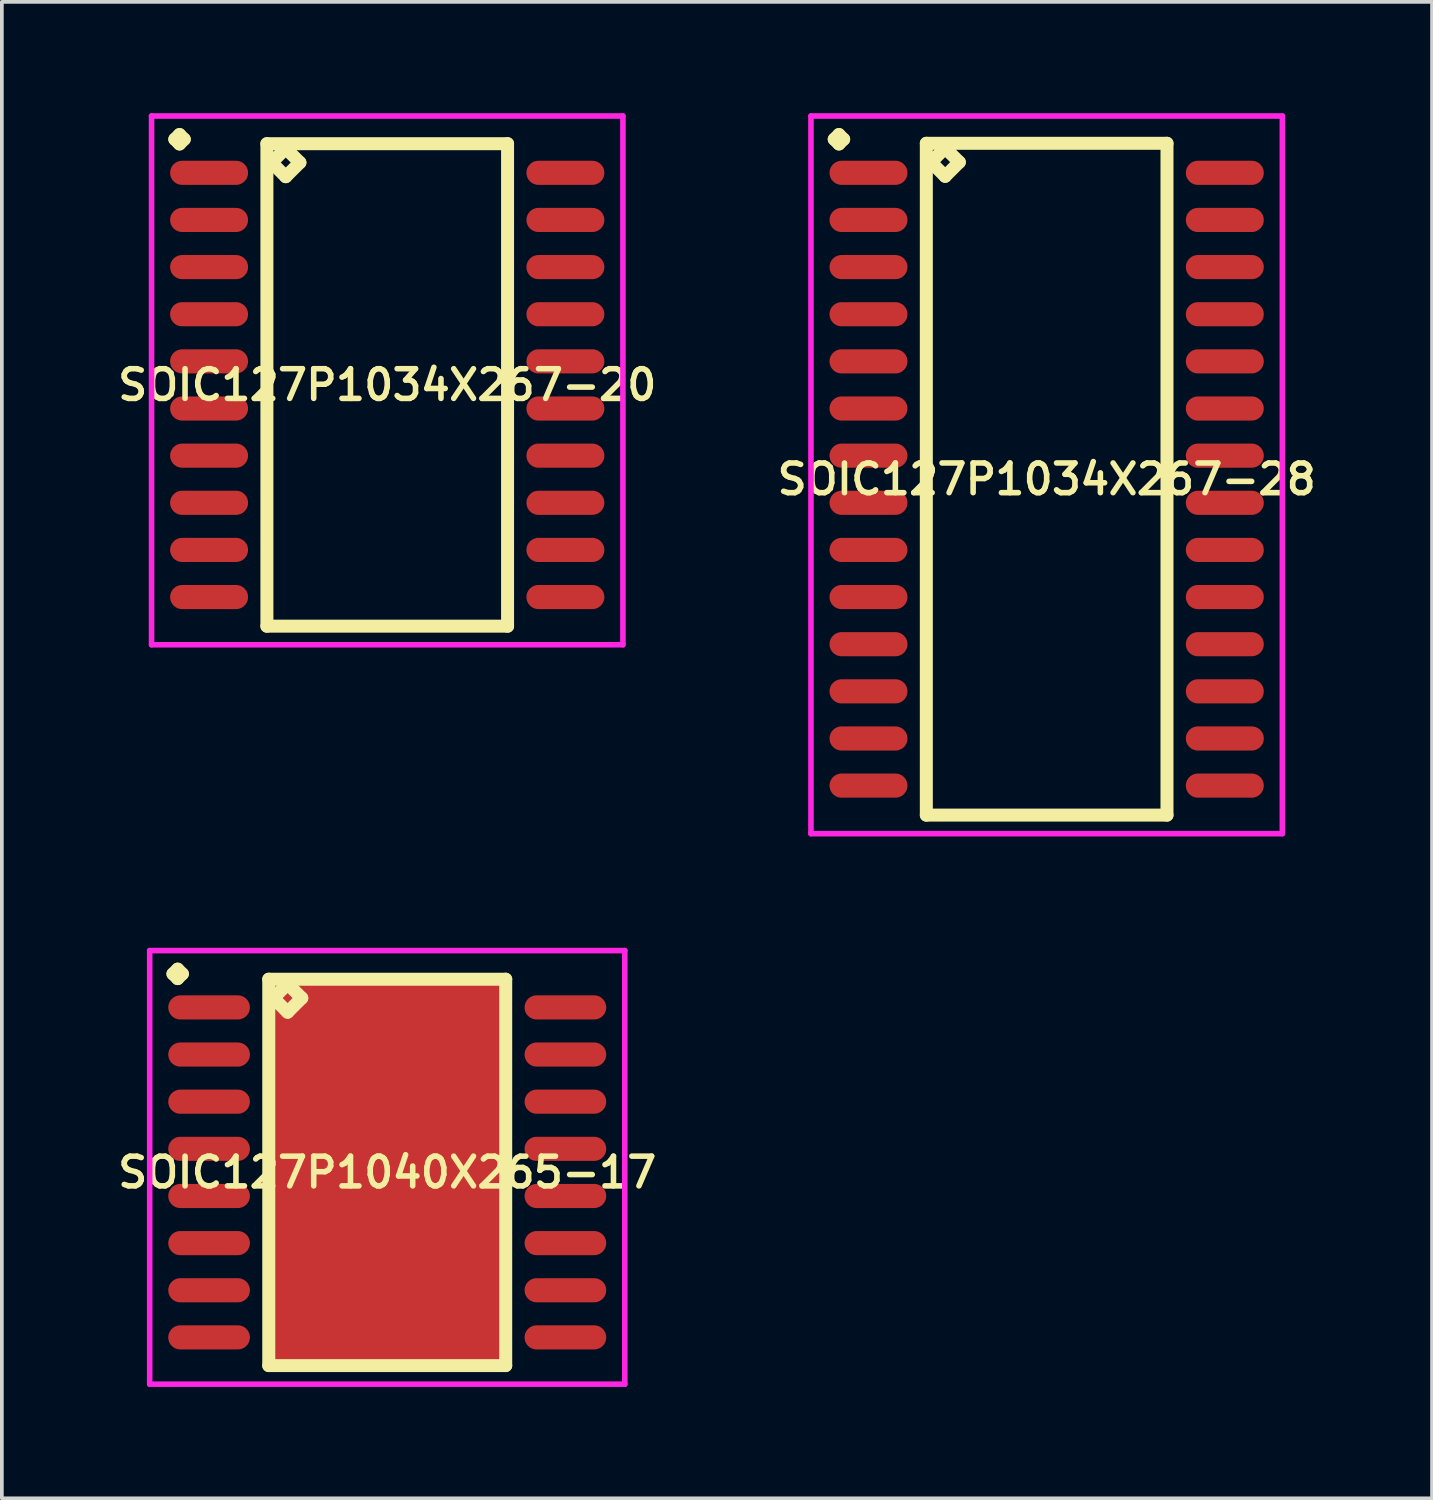
<source format=kicad_pcb>
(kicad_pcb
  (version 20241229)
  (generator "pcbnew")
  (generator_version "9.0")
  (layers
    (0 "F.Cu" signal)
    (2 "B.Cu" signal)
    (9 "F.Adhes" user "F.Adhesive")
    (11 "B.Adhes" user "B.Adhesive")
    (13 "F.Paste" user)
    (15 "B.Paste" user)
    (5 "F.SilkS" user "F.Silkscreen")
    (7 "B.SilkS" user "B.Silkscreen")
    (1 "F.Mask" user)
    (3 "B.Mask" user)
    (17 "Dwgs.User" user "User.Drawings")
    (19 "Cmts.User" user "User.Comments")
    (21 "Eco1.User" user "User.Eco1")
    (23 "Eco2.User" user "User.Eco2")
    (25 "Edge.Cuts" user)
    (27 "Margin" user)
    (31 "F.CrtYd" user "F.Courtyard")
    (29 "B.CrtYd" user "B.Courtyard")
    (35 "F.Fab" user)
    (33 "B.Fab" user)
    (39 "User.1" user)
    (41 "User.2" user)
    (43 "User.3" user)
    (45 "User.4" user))
  (footprint "SOIC127P1034X267-28"
    (layer "F.Cu")
    (at 25.149 9.861)
    (property "Reference" "SOIC127P1034X267-28" (at 0 0 0) (layer "F.SilkS") (effects (font (size 0.8 0.8) (thickness 0.15))))
    (attr smd)
    (fp_line (start -5.723 -9.159) (end -5.596 -9.286) (stroke (width 0.35) (type solid)) (layer "F.SilkS"))
    (fp_line (start -5.596 -9.286) (end -5.469 -9.159) (stroke (width 0.35) (type solid)) (layer "F.SilkS"))
    (fp_line (start -5.596 -9.032) (end -5.723 -9.159) (stroke (width 0.35) (type solid)) (layer "F.SilkS"))
    (fp_line (start -5.469 -9.159) (end -5.596 -9.032) (stroke (width 0.35) (type solid)) (layer "F.SilkS"))
    (fp_line (start -3.242 -9.05) (end -3.242 9.05) (stroke (width 0.35) (type solid)) (layer "F.SilkS"))
    (fp_line (start -3.242 9.05) (end 3.242 9.05) (stroke (width 0.35) (type solid)) (layer "F.SilkS"))
    (fp_line (start -3.115 -8.542) (end -2.734 -8.923) (stroke (width 0.35) (type solid)) (layer "F.SilkS"))
    (fp_line (start -2.734 -8.923) (end -2.353 -8.542) (stroke (width 0.35) (type solid)) (layer "F.SilkS"))
    (fp_line (start -2.734 -8.161) (end -3.115 -8.542) (stroke (width 0.35) (type solid)) (layer "F.SilkS"))
    (fp_line (start -2.353 -8.542) (end -2.734 -8.161) (stroke (width 0.35) (type solid)) (layer "F.SilkS"))
    (fp_line (start 3.242 -9.05) (end -3.242 -9.05) (stroke (width 0.35) (type solid)) (layer "F.SilkS"))
    (fp_line (start 3.242 9.05) (end 3.242 -9.05) (stroke (width 0.35) (type solid)) (layer "F.SilkS"))
    (fp_line (start -6.35 -9.786) (end 6.35 -9.786) (stroke (width 0.15) (type solid)) (layer "F.CrtYd"))
    (fp_line (start -6.35 9.55) (end -6.35 -9.786) (stroke (width 0.15) (type solid)) (layer "F.CrtYd"))
    (fp_line (start 6.35 -9.786) (end 6.35 9.55) (stroke (width 0.15) (type solid)) (layer "F.CrtYd"))
    (fp_line (start 6.35 9.55) (end -6.35 9.55) (stroke (width 0.15) (type solid)) (layer "F.CrtYd"))
    (pad "1" smd oval (at -4.8 -8.255) (size 2.1 0.65) (layers "F.Cu" "F.Mask" "F.Paste"))
    (pad "2" smd oval (at -4.8 -6.985) (size 2.1 0.65) (layers "F.Cu" "F.Mask" "F.Paste"))
    (pad "3" smd oval (at -4.8 -5.715) (size 2.1 0.65) (layers "F.Cu" "F.Mask" "F.Paste"))
    (pad "4" smd oval (at -4.8 -4.445) (size 2.1 0.65) (layers "F.Cu" "F.Mask" "F.Paste"))
    (pad "5" smd oval (at -4.8 -3.175) (size 2.1 0.65) (layers "F.Cu" "F.Mask" "F.Paste"))
    (pad "6" smd oval (at -4.8 -1.905) (size 2.1 0.65) (layers "F.Cu" "F.Mask" "F.Paste"))
    (pad "7" smd oval (at -4.8 -0.635) (size 2.1 0.65) (layers "F.Cu" "F.Mask" "F.Paste"))
    (pad "8" smd oval (at -4.8 0.635) (size 2.1 0.65) (layers "F.Cu" "F.Mask" "F.Paste"))
    (pad "9" smd oval (at -4.8 1.905) (size 2.1 0.65) (layers "F.Cu" "F.Mask" "F.Paste"))
    (pad "10" smd oval (at -4.8 3.175) (size 2.1 0.65) (layers "F.Cu" "F.Mask" "F.Paste"))
    (pad "11" smd oval (at -4.8 4.445) (size 2.1 0.65) (layers "F.Cu" "F.Mask" "F.Paste"))
    (pad "12" smd oval (at -4.8 5.715) (size 2.1 0.65) (layers "F.Cu" "F.Mask" "F.Paste"))
    (pad "13" smd oval (at -4.8 6.985) (size 2.1 0.65) (layers "F.Cu" "F.Mask" "F.Paste"))
    (pad "14" smd oval (at -4.8 8.255) (size 2.1 0.65) (layers "F.Cu" "F.Mask" "F.Paste"))
    (pad "15" smd oval (at 4.8 8.255) (size 2.1 0.65) (layers "F.Cu" "F.Mask" "F.Paste"))
    (pad "16" smd oval (at 4.8 6.985) (size 2.1 0.65) (layers "F.Cu" "F.Mask" "F.Paste"))
    (pad "17" smd oval (at 4.8 5.715) (size 2.1 0.65) (layers "F.Cu" "F.Mask" "F.Paste"))
    (pad "18" smd oval (at 4.8 4.445) (size 2.1 0.65) (layers "F.Cu" "F.Mask" "F.Paste"))
    (pad "19" smd oval (at 4.8 3.175) (size 2.1 0.65) (layers "F.Cu" "F.Mask" "F.Paste"))
    (pad "20" smd oval (at 4.8 1.905) (size 2.1 0.65) (layers "F.Cu" "F.Mask" "F.Paste"))
    (pad "21" smd oval (at 4.8 0.635) (size 2.1 0.65) (layers "F.Cu" "F.Mask" "F.Paste"))
    (pad "22" smd oval (at 4.8 -0.635) (size 2.1 0.65) (layers "F.Cu" "F.Mask" "F.Paste"))
    (pad "23" smd oval (at 4.8 -1.905) (size 2.1 0.65) (layers "F.Cu" "F.Mask" "F.Paste"))
    (pad "24" smd oval (at 4.8 -3.175) (size 2.1 0.65) (layers "F.Cu" "F.Mask" "F.Paste"))
    (pad "25" smd oval (at 4.8 -4.445) (size 2.1 0.65) (layers "F.Cu" "F.Mask" "F.Paste"))
    (pad "26" smd oval (at 4.8 -5.715) (size 2.1 0.65) (layers "F.Cu" "F.Mask" "F.Paste"))
    (pad "27" smd oval (at 4.8 -6.985) (size 2.1 0.65) (layers "F.Cu" "F.Mask" "F.Paste"))
    (pad "28" smd oval (at 4.8 -8.255) (size 2.1 0.65) (layers "F.Cu" "F.Mask" "F.Paste")))
  (footprint "SOIC127P1040X265-17"
    (layer "F.Cu")
    (at 7.383 28.537)
    (property "Reference" "SOIC127P1040X265-17" (at 0 0 0) (layer "F.SilkS") (effects (font (size 0.8 0.8) (thickness 0.15))))
    (attr smd)
    (fp_line (start -5.773 -5.349) (end -5.646 -5.476) (stroke (width 0.35) (type solid)) (layer "F.SilkS"))
    (fp_line (start -5.646 -5.476) (end -5.519 -5.349) (stroke (width 0.35) (type solid)) (layer "F.SilkS"))
    (fp_line (start -5.646 -5.222) (end -5.773 -5.349) (stroke (width 0.35) (type solid)) (layer "F.SilkS"))
    (fp_line (start -5.519 -5.349) (end -5.646 -5.222) (stroke (width 0.35) (type solid)) (layer "F.SilkS"))
    (fp_line (start -3.192 -5.205) (end -3.192 5.205) (stroke (width 0.35) (type solid)) (layer "F.SilkS"))
    (fp_line (start -3.192 5.205) (end 3.192 5.205) (stroke (width 0.35) (type solid)) (layer "F.SilkS"))
    (fp_line (start -3.065 -4.697) (end -2.684 -5.078) (stroke (width 0.35) (type solid)) (layer "F.SilkS"))
    (fp_line (start -2.684 -5.078) (end -2.303 -4.697) (stroke (width 0.35) (type solid)) (layer "F.SilkS"))
    (fp_line (start -2.684 -4.316) (end -3.065 -4.697) (stroke (width 0.35) (type solid)) (layer "F.SilkS"))
    (fp_line (start -2.303 -4.697) (end -2.684 -4.316) (stroke (width 0.35) (type solid)) (layer "F.SilkS"))
    (fp_line (start 3.192 -5.205) (end -3.192 -5.205) (stroke (width 0.35) (type solid)) (layer "F.SilkS"))
    (fp_line (start 3.192 5.205) (end 3.192 -5.205) (stroke (width 0.35) (type solid)) (layer "F.SilkS"))
    (fp_line (start -6.4 -5.976) (end 6.4 -5.976) (stroke (width 0.15) (type solid)) (layer "F.CrtYd"))
    (fp_line (start -6.4 5.705) (end -6.4 -5.976) (stroke (width 0.15) (type solid)) (layer "F.CrtYd"))
    (fp_line (start 6.4 -5.976) (end 6.4 5.705) (stroke (width 0.15) (type solid)) (layer "F.CrtYd"))
    (fp_line (start 6.4 5.705) (end -6.4 5.705) (stroke (width 0.15) (type solid)) (layer "F.CrtYd"))
    (pad "1" smd oval (at -4.8 -4.445) (size 2.2 0.65) (layers "F.Cu" "F.Mask" "F.Paste"))
    (pad "2" smd oval (at -4.8 -3.175) (size 2.2 0.65) (layers "F.Cu" "F.Mask" "F.Paste"))
    (pad "3" smd oval (at -4.8 -1.905) (size 2.2 0.65) (layers "F.Cu" "F.Mask" "F.Paste"))
    (pad "4" smd oval (at -4.8 -0.635) (size 2.2 0.65) (layers "F.Cu" "F.Mask" "F.Paste"))
    (pad "5" smd oval (at -4.8 0.635) (size 2.2 0.65) (layers "F.Cu" "F.Mask" "F.Paste"))
    (pad "6" smd oval (at -4.8 1.905) (size 2.2 0.65) (layers "F.Cu" "F.Mask" "F.Paste"))
    (pad "7" smd oval (at -4.8 3.175) (size 2.2 0.65) (layers "F.Cu" "F.Mask" "F.Paste"))
    (pad "8" smd oval (at -4.8 4.445) (size 2.2 0.65) (layers "F.Cu" "F.Mask" "F.Paste"))
    (pad "9" smd oval (at 4.8 4.445) (size 2.2 0.65) (layers "F.Cu" "F.Mask" "F.Paste"))
    (pad "10" smd oval (at 4.8 3.175) (size 2.2 0.65) (layers "F.Cu" "F.Mask" "F.Paste"))
    (pad "11" smd oval (at 4.8 1.905) (size 2.2 0.65) (layers "F.Cu" "F.Mask" "F.Paste"))
    (pad "12" smd oval (at 4.8 0.635) (size 2.2 0.65) (layers "F.Cu" "F.Mask" "F.Paste"))
    (pad "13" smd oval (at 4.8 -0.635) (size 2.2 0.65) (layers "F.Cu" "F.Mask" "F.Paste"))
    (pad "14" smd oval (at 4.8 -1.905) (size 2.2 0.65) (layers "F.Cu" "F.Mask" "F.Paste"))
    (pad "15" smd oval (at 4.8 -3.175) (size 2.2 0.65) (layers "F.Cu" "F.Mask" "F.Paste"))
    (pad "16" smd oval (at 4.8 -4.445) (size 2.2 0.65) (layers "F.Cu" "F.Mask" "F.Paste"))
    (pad "17" smd rect (at 0 0) (size 6.2 10.4) (layers "F.Cu" "F.Mask" "F.Paste")))
  (footprint "SOIC127P1034X267-20"
    (layer "F.Cu")
    (at 7.383 7.321)
    (property "Reference" "SOIC127P1034X267-20" (at 0 0 0) (layer "F.SilkS") (effects (font (size 0.8 0.8) (thickness 0.15))))
    (attr smd)
    (fp_line (start -5.723 -6.619) (end -5.596 -6.746) (stroke (width 0.35) (type solid)) (layer "F.SilkS"))
    (fp_line (start -5.596 -6.746) (end -5.469 -6.619) (stroke (width 0.35) (type solid)) (layer "F.SilkS"))
    (fp_line (start -5.596 -6.492) (end -5.723 -6.619) (stroke (width 0.35) (type solid)) (layer "F.SilkS"))
    (fp_line (start -5.469 -6.619) (end -5.596 -6.492) (stroke (width 0.35) (type solid)) (layer "F.SilkS"))
    (fp_line (start -3.242 -6.5) (end -3.242 6.5) (stroke (width 0.35) (type solid)) (layer "F.SilkS"))
    (fp_line (start -3.242 6.5) (end 3.242 6.5) (stroke (width 0.35) (type solid)) (layer "F.SilkS"))
    (fp_line (start -3.115 -5.992) (end -2.734 -6.373) (stroke (width 0.35) (type solid)) (layer "F.SilkS"))
    (fp_line (start -2.734 -6.373) (end -2.353 -5.992) (stroke (width 0.35) (type solid)) (layer "F.SilkS"))
    (fp_line (start -2.734 -5.611) (end -3.115 -5.992) (stroke (width 0.35) (type solid)) (layer "F.SilkS"))
    (fp_line (start -2.353 -5.992) (end -2.734 -5.611) (stroke (width 0.35) (type solid)) (layer "F.SilkS"))
    (fp_line (start 3.242 -6.5) (end -3.242 -6.5) (stroke (width 0.35) (type solid)) (layer "F.SilkS"))
    (fp_line (start 3.242 6.5) (end 3.242 -6.5) (stroke (width 0.35) (type solid)) (layer "F.SilkS"))
    (fp_line (start -6.35 -7.246) (end 6.35 -7.246) (stroke (width 0.15) (type solid)) (layer "F.CrtYd"))
    (fp_line (start -6.35 7) (end -6.35 -7.246) (stroke (width 0.15) (type solid)) (layer "F.CrtYd"))
    (fp_line (start 6.35 -7.246) (end 6.35 7) (stroke (width 0.15) (type solid)) (layer "F.CrtYd"))
    (fp_line (start 6.35 7) (end -6.35 7) (stroke (width 0.15) (type solid)) (layer "F.CrtYd"))
    (pad "1" smd oval (at -4.8 -5.715) (size 2.1 0.65) (layers "F.Cu" "F.Mask" "F.Paste"))
    (pad "2" smd oval (at -4.8 -4.445) (size 2.1 0.65) (layers "F.Cu" "F.Mask" "F.Paste"))
    (pad "3" smd oval (at -4.8 -3.175) (size 2.1 0.65) (layers "F.Cu" "F.Mask" "F.Paste"))
    (pad "4" smd oval (at -4.8 -1.905) (size 2.1 0.65) (layers "F.Cu" "F.Mask" "F.Paste"))
    (pad "5" smd oval (at -4.8 -0.635) (size 2.1 0.65) (layers "F.Cu" "F.Mask" "F.Paste"))
    (pad "6" smd oval (at -4.8 0.635) (size 2.1 0.65) (layers "F.Cu" "F.Mask" "F.Paste"))
    (pad "7" smd oval (at -4.8 1.905) (size 2.1 0.65) (layers "F.Cu" "F.Mask" "F.Paste"))
    (pad "8" smd oval (at -4.8 3.175) (size 2.1 0.65) (layers "F.Cu" "F.Mask" "F.Paste"))
    (pad "9" smd oval (at -4.8 4.445) (size 2.1 0.65) (layers "F.Cu" "F.Mask" "F.Paste"))
    (pad "10" smd oval (at -4.8 5.715) (size 2.1 0.65) (layers "F.Cu" "F.Mask" "F.Paste"))
    (pad "11" smd oval (at 4.8 5.715) (size 2.1 0.65) (layers "F.Cu" "F.Mask" "F.Paste"))
    (pad "12" smd oval (at 4.8 4.445) (size 2.1 0.65) (layers "F.Cu" "F.Mask" "F.Paste"))
    (pad "13" smd oval (at 4.8 3.175) (size 2.1 0.65) (layers "F.Cu" "F.Mask" "F.Paste"))
    (pad "14" smd oval (at 4.8 1.905) (size 2.1 0.65) (layers "F.Cu" "F.Mask" "F.Paste"))
    (pad "15" smd oval (at 4.8 0.635) (size 2.1 0.65) (layers "F.Cu" "F.Mask" "F.Paste"))
    (pad "16" smd oval (at 4.8 -0.635) (size 2.1 0.65) (layers "F.Cu" "F.Mask" "F.Paste"))
    (pad "17" smd oval (at 4.8 -1.905) (size 2.1 0.65) (layers "F.Cu" "F.Mask" "F.Paste"))
    (pad "18" smd oval (at 4.8 -3.175) (size 2.1 0.65) (layers "F.Cu" "F.Mask" "F.Paste"))
    (pad "19" smd oval (at 4.8 -4.445) (size 2.1 0.65) (layers "F.Cu" "F.Mask" "F.Paste"))
    (pad "20" smd oval (at 4.8 -5.715) (size 2.1 0.65) (layers "F.Cu" "F.Mask" "F.Paste")))
  (gr_rect
    (start -3 -3)
    (end 35.532 37.317)
    (stroke (width 0.1) (type default))
    (fill no)
    (layer "Edge.Cuts")))
</source>
